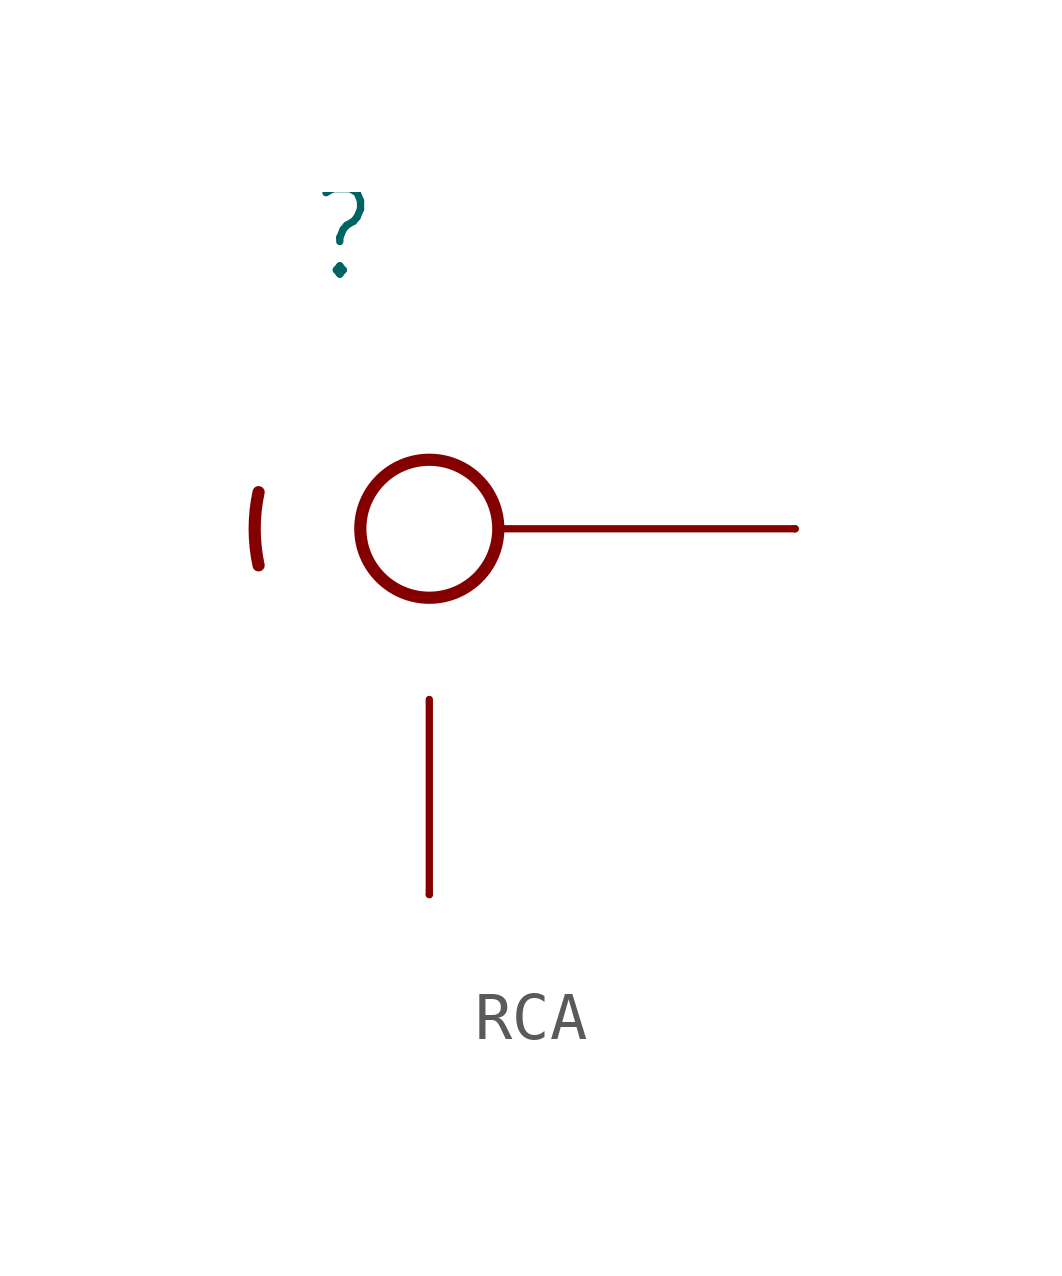
<source format=kicad_sym>
(kicad_symbol_lib
  (version 20211014)
  (generator kicad_symbol_editor)
  (symbol "RCA"
    (property "Reference" ""
      (at -2.54 5.08 0)
      (effects (font (size 1.778 1.511)) (justify left bottom)))
    (property "ki_locked" ""
      (at 0 0 0)
      (effects (font (size 1.27 1.27))))
    (symbol "RCA_1_0"
      (arc (start -3.556 0.762) (mid -3.6372 0) (end -3.556 -0.762) (stroke (width 0.254) (type default) (color 0 0 0 0)) (fill (type none)))
      (polyline (pts (xy 0 -7.62) (xy 0 -3.556)) (stroke (width 0.152) (type default) (color 0 0 0 0)) (fill (type none)))
      (polyline (pts (xy 1.524 0) (xy 7.62 0)) (stroke (width 0.152) (type default) (color 0 0 0 0)) (fill (type none)))
      (circle (center 0 0) (radius 1.437) (stroke (width 0.254) (type default) (color 0 0 0 0)) (fill (type none)))
      (pin passive line (at 0 -7.62 90) (length 0) (name "GND" (effects (font (size 0 0)))) (number "GND" (effects (font (size 0 0)))))
      (pin passive line (at 7.62 0 180) (length 0) (name "SIG" (effects (font (size 0 0)))) (number "SIG" (effects (font (size 0 0))))))))
</source>
